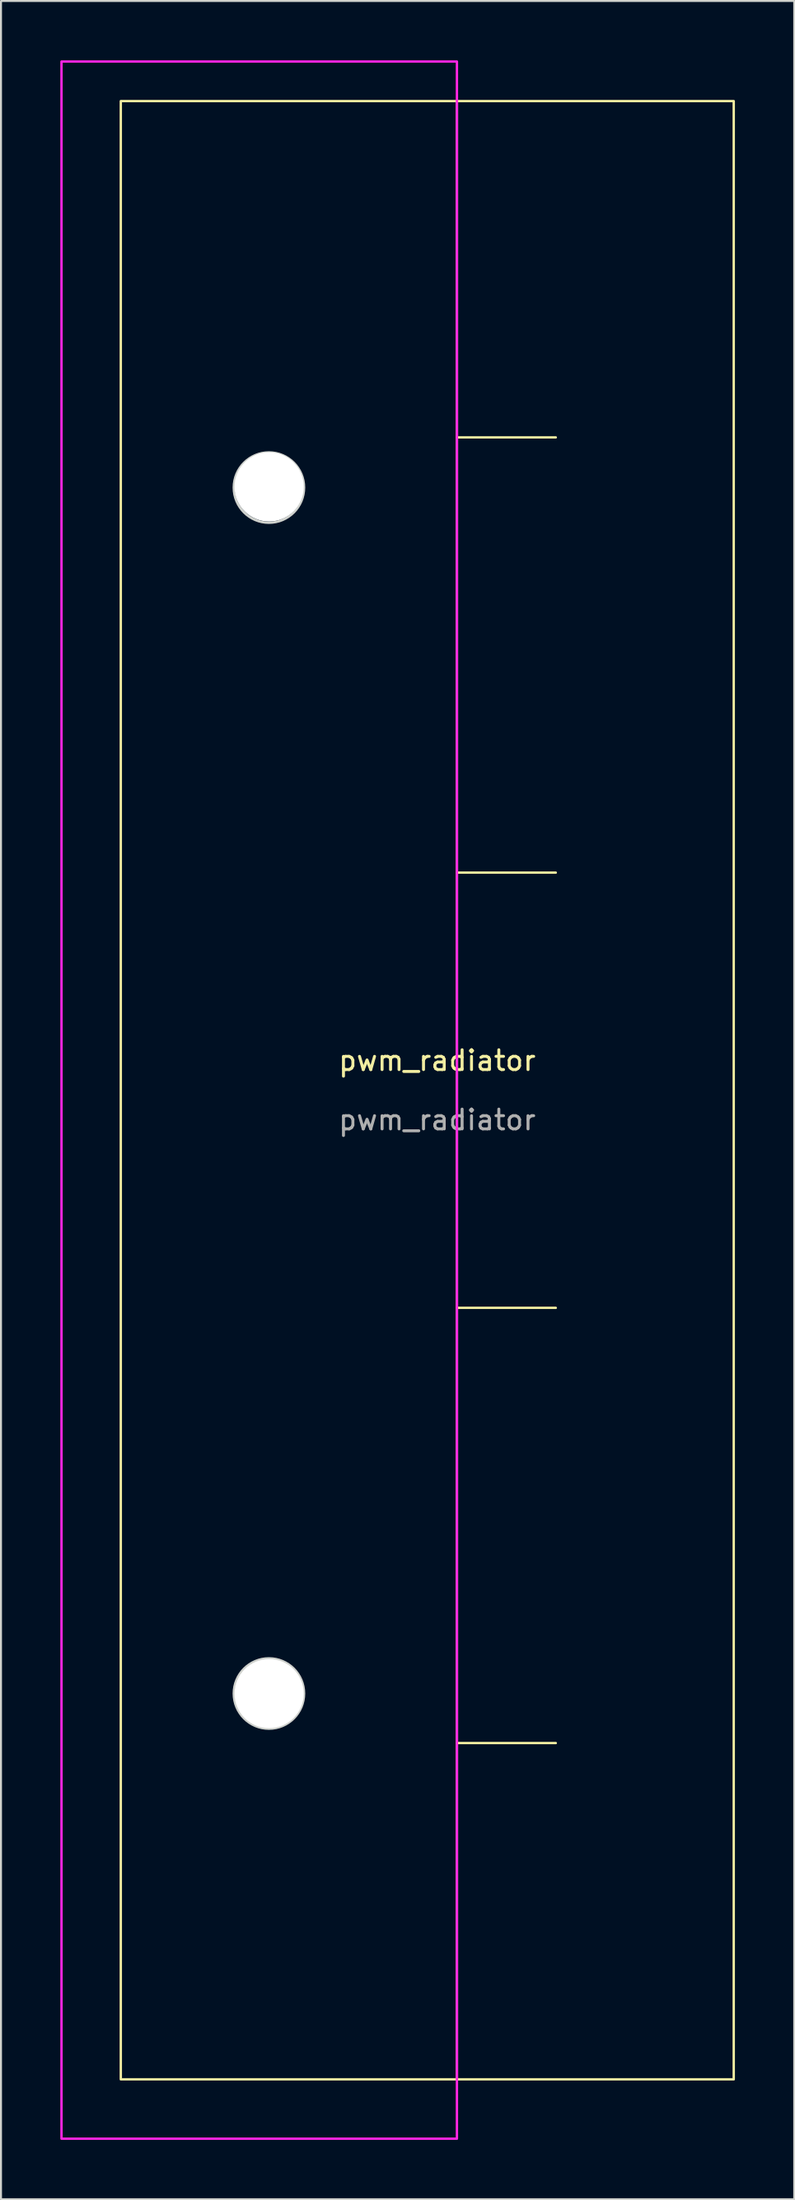
<source format=kicad_pcb>
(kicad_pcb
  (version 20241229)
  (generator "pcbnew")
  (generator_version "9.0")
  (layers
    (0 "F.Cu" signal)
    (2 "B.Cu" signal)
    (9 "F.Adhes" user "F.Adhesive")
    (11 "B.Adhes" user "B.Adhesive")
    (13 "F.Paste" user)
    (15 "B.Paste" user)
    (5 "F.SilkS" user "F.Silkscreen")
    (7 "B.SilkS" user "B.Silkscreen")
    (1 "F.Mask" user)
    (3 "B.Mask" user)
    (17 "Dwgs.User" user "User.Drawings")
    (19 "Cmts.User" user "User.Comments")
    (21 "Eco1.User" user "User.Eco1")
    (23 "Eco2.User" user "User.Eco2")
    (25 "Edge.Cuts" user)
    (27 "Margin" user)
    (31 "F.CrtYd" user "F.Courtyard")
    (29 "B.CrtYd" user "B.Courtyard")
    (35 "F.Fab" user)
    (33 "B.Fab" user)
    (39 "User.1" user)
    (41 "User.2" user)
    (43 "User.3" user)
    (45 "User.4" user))
  (footprint "pwm_radiator"
    (layer "F.Cu")
    (at 19.06 51.06)
    (property "Reference" "pwm_radiator" (at 0 -0.5 0) (unlocked yes) (layer "F.SilkS") (effects (font (size 1 1) (thickness 0.15))))
    (fp_line (start 1 -49) (end 1 51) (stroke (width 0.12) (type solid)) (layer "F.SilkS"))
    (fp_line (start 1 -32) (end 6 -32) (stroke (width 0.12) (type solid)) (layer "F.SilkS"))
    (fp_line (start 1 -10) (end 6 -10) (stroke (width 0.12) (type solid)) (layer "F.SilkS"))
    (fp_line (start 1 12) (end 6 12) (stroke (width 0.12) (type solid)) (layer "F.SilkS"))
    (fp_line (start 1 34) (end 6 34) (stroke (width 0.12) (type solid)) (layer "F.SilkS"))
    (fp_rect (start -16 -49) (end 15 51) (stroke (width 0.12) (type solid)) (fill no) (layer "F.SilkS"))
    (fp_circle (center -8.509 -29.464) (end -6.731 -29.464) (stroke (width 0.12) (type solid)) (fill no) (layer "Edge.Cuts"))
    (fp_circle (center -8.509 31.496) (end -6.731 31.496) (stroke (width 0.12) (type solid)) (fill no) (layer "Edge.Cuts"))
    (fp_rect (start 1 -51) (end -19 54) (stroke (width 0.12) (type solid)) (fill no) (layer "F.CrtYd"))
    (fp_text user "${REFERENCE}" (at 0 2.5 0) (unlocked yes) (layer "F.Fab") (effects (font (size 1 1) (thickness 0.15))))
    (pad "1" thru_hole circle (at -8.5 -29.5) (size 11 11) (drill 3.5) (layers "*.Cu" "B.Mask") (remove_unused_layers yes) (zone_layer_connections))
    (pad "1" thru_hole circle (at -8.5 31.5) (size 11 11) (drill 3.5) (layers "*.Cu" "B.Mask") (remove_unused_layers yes) (zone_layer_connections)))
  (gr_rect
    (start -3 -3)
    (end 37.12 108.12)
    (stroke (width 0.1) (type default))
    (fill no)
    (layer "Edge.Cuts")))
</source>
